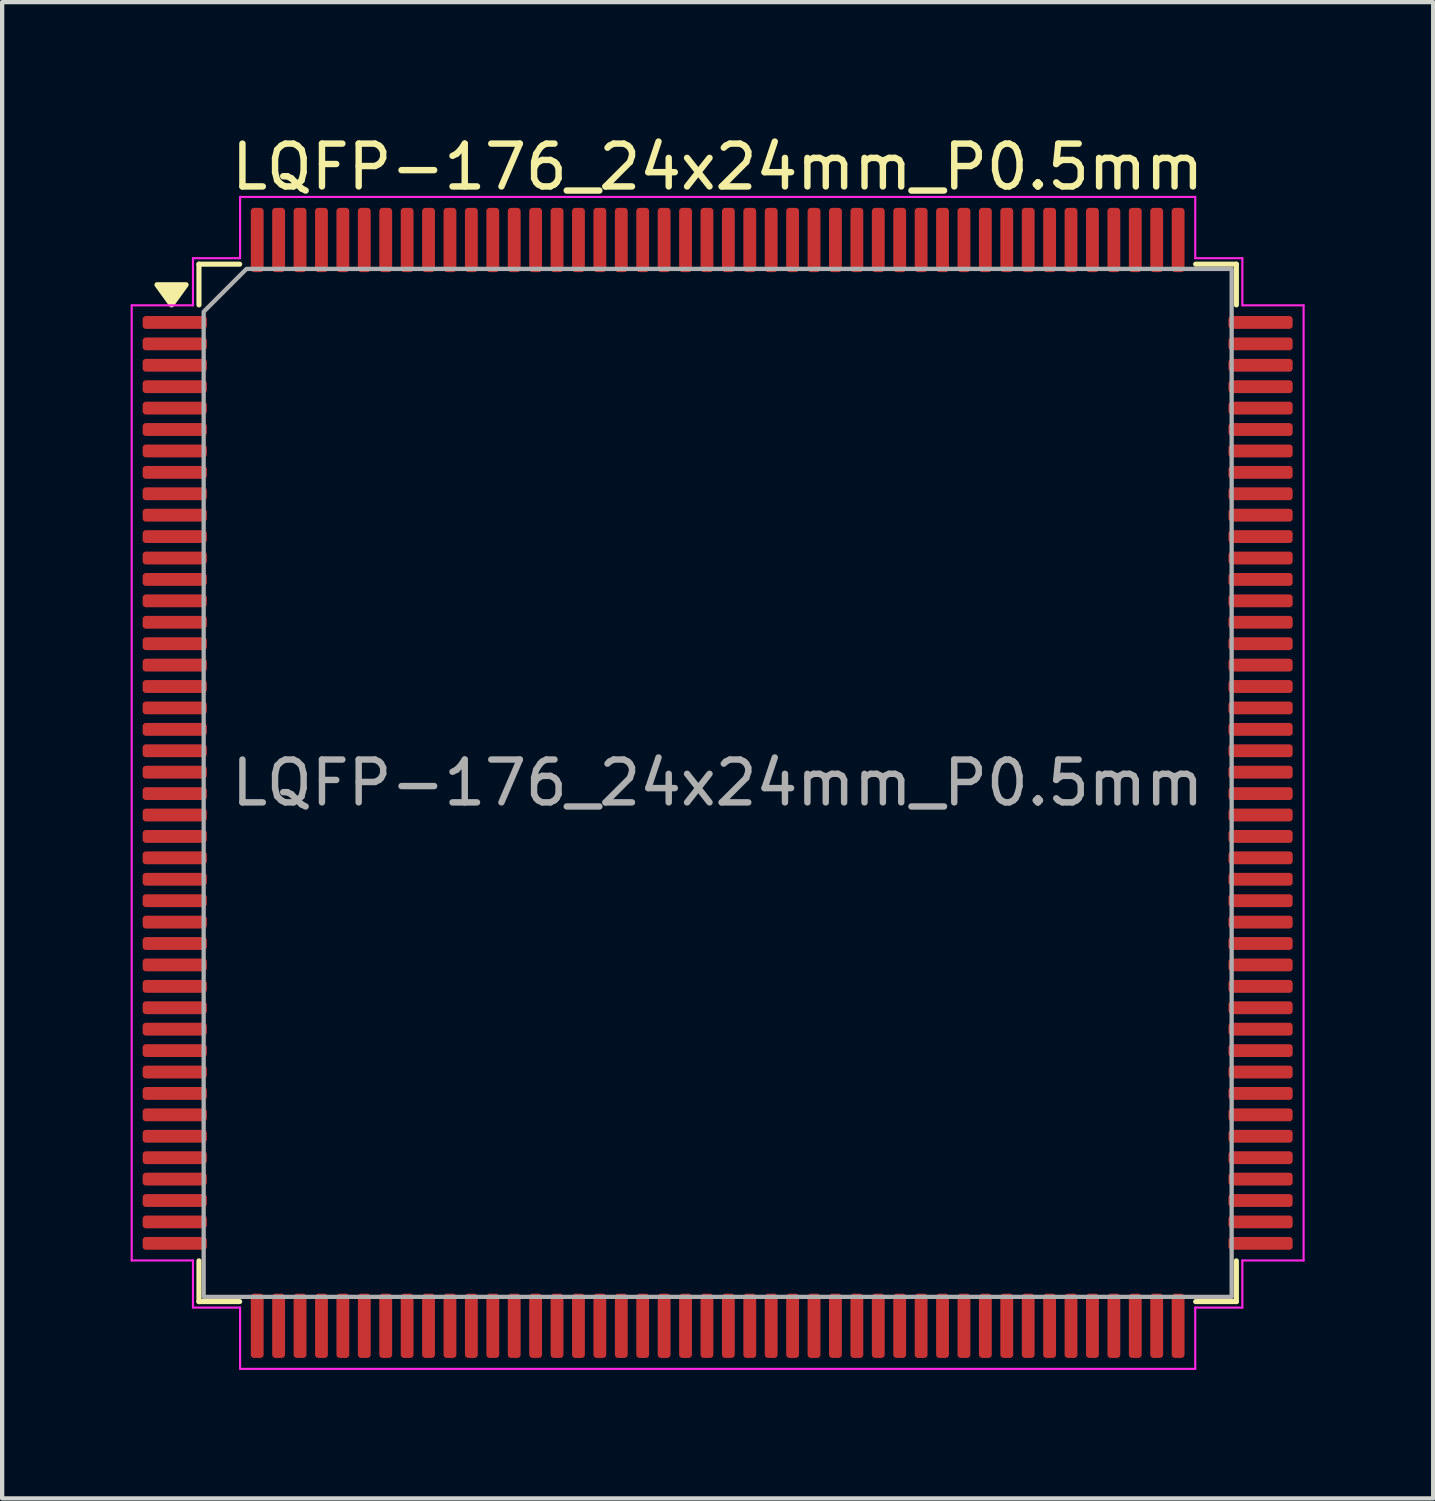
<source format=kicad_pcb>
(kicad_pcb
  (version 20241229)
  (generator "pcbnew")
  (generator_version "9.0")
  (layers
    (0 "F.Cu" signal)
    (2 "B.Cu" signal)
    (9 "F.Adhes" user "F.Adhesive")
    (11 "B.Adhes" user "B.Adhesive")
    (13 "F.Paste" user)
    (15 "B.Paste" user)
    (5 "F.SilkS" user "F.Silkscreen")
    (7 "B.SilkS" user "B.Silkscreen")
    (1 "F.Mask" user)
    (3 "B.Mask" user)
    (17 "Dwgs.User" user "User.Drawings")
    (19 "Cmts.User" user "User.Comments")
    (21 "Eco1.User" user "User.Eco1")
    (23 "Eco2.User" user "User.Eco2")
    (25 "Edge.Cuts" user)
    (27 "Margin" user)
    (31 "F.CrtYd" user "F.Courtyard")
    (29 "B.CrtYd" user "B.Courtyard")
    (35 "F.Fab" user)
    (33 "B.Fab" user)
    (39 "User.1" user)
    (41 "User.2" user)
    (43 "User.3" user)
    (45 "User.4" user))
  (footprint "LQFP-176_24x24mm_P0.5mm"
    (layer "F.Cu")
    (at 13.705 15.228)
    (property "Reference" "LQFP-176_24x24mm_P0.5mm" (at 0 -14.38 0) (layer "F.SilkS") (effects (font (size 1 1) (thickness 0.15))))
    (attr smd)
    (fp_line (start -12.11 -12.11) (end -11.16 -12.11) (stroke (width 0.12) (type solid)) (layer "F.SilkS"))
    (fp_line (start -12.11 -11.16) (end -12.11 -12.11) (stroke (width 0.12) (type solid)) (layer "F.SilkS"))
    (fp_line (start -12.11 12.11) (end -12.11 11.16) (stroke (width 0.12) (type solid)) (layer "F.SilkS"))
    (fp_line (start -11.16 12.11) (end -12.11 12.11) (stroke (width 0.12) (type solid)) (layer "F.SilkS"))
    (fp_line (start 11.16 -12.11) (end 12.11 -12.11) (stroke (width 0.12) (type solid)) (layer "F.SilkS"))
    (fp_line (start 12.11 -12.11) (end 12.11 -11.16) (stroke (width 0.12) (type solid)) (layer "F.SilkS"))
    (fp_line (start 12.11 11.16) (end 12.11 12.11) (stroke (width 0.12) (type solid)) (layer "F.SilkS"))
    (fp_line (start 12.11 12.11) (end 11.16 12.11) (stroke (width 0.12) (type solid)) (layer "F.SilkS"))
    (fp_poly (pts (xy -12.75 -11.16) (xy -13.09 -11.63) (xy -12.41 -11.63)) (stroke (width 0.12) (type solid)) (fill yes) (layer "F.SilkS"))
    (fp_line (start -13.68 -11.15) (end -12.25 -11.15) (stroke (width 0.05) (type solid)) (layer "F.CrtYd"))
    (fp_line (start -13.68 11.15) (end -13.68 -11.15) (stroke (width 0.05) (type solid)) (layer "F.CrtYd"))
    (fp_line (start -12.25 -12.25) (end -11.15 -12.25) (stroke (width 0.05) (type solid)) (layer "F.CrtYd"))
    (fp_line (start -12.25 -11.15) (end -12.25 -12.25) (stroke (width 0.05) (type solid)) (layer "F.CrtYd"))
    (fp_line (start -12.25 11.15) (end -13.68 11.15) (stroke (width 0.05) (type solid)) (layer "F.CrtYd"))
    (fp_line (start -12.25 12.25) (end -12.25 11.15) (stroke (width 0.05) (type solid)) (layer "F.CrtYd"))
    (fp_line (start -11.15 -13.68) (end 11.15 -13.68) (stroke (width 0.05) (type solid)) (layer "F.CrtYd"))
    (fp_line (start -11.15 -12.25) (end -11.15 -13.68) (stroke (width 0.05) (type solid)) (layer "F.CrtYd"))
    (fp_line (start -11.15 12.25) (end -12.25 12.25) (stroke (width 0.05) (type solid)) (layer "F.CrtYd"))
    (fp_line (start -11.15 13.68) (end -11.15 12.25) (stroke (width 0.05) (type solid)) (layer "F.CrtYd"))
    (fp_line (start 11.15 -13.68) (end 11.15 -12.25) (stroke (width 0.05) (type solid)) (layer "F.CrtYd"))
    (fp_line (start 11.15 -12.25) (end 12.25 -12.25) (stroke (width 0.05) (type solid)) (layer "F.CrtYd"))
    (fp_line (start 11.15 12.25) (end 11.15 13.68) (stroke (width 0.05) (type solid)) (layer "F.CrtYd"))
    (fp_line (start 11.15 13.68) (end -11.15 13.68) (stroke (width 0.05) (type solid)) (layer "F.CrtYd"))
    (fp_line (start 12.25 -12.25) (end 12.25 -11.15) (stroke (width 0.05) (type solid)) (layer "F.CrtYd"))
    (fp_line (start 12.25 -11.15) (end 13.68 -11.15) (stroke (width 0.05) (type solid)) (layer "F.CrtYd"))
    (fp_line (start 12.25 11.15) (end 12.25 12.25) (stroke (width 0.05) (type solid)) (layer "F.CrtYd"))
    (fp_line (start 12.25 12.25) (end 11.15 12.25) (stroke (width 0.05) (type solid)) (layer "F.CrtYd"))
    (fp_line (start 13.68 -11.15) (end 13.68 11.15) (stroke (width 0.05) (type solid)) (layer "F.CrtYd"))
    (fp_line (start 13.68 11.15) (end 12.25 11.15) (stroke (width 0.05) (type solid)) (layer "F.CrtYd"))
    (fp_poly (pts (xy -12 -11) (xy -12 12) (xy 12 12) (xy 12 -12) (xy -11 -12)) (stroke (width 0.1) (type solid)) (fill no) (layer "F.Fab"))
    (fp_text user "${REFERENCE}" (at 0 0 0) (layer "F.Fab") (effects (font (size 1 1) (thickness 0.15))))
    (pad "1" smd roundrect (at -12.675 -10.75) (size 1.5 0.3) (layers "F.Cu" "F.Mask" "F.Paste") (roundrect_rratio 0.25))
    (pad "2" smd roundrect (at -12.675 -10.25) (size 1.5 0.3) (layers "F.Cu" "F.Mask" "F.Paste") (roundrect_rratio 0.25))
    (pad "3" smd roundrect (at -12.675 -9.75) (size 1.5 0.3) (layers "F.Cu" "F.Mask" "F.Paste") (roundrect_rratio 0.25))
    (pad "4" smd roundrect (at -12.675 -9.25) (size 1.5 0.3) (layers "F.Cu" "F.Mask" "F.Paste") (roundrect_rratio 0.25))
    (pad "5" smd roundrect (at -12.675 -8.75) (size 1.5 0.3) (layers "F.Cu" "F.Mask" "F.Paste") (roundrect_rratio 0.25))
    (pad "6" smd roundrect (at -12.675 -8.25) (size 1.5 0.3) (layers "F.Cu" "F.Mask" "F.Paste") (roundrect_rratio 0.25))
    (pad "7" smd roundrect (at -12.675 -7.75) (size 1.5 0.3) (layers "F.Cu" "F.Mask" "F.Paste") (roundrect_rratio 0.25))
    (pad "8" smd roundrect (at -12.675 -7.25) (size 1.5 0.3) (layers "F.Cu" "F.Mask" "F.Paste") (roundrect_rratio 0.25))
    (pad "9" smd roundrect (at -12.675 -6.75) (size 1.5 0.3) (layers "F.Cu" "F.Mask" "F.Paste") (roundrect_rratio 0.25))
    (pad "10" smd roundrect (at -12.675 -6.25) (size 1.5 0.3) (layers "F.Cu" "F.Mask" "F.Paste") (roundrect_rratio 0.25))
    (pad "11" smd roundrect (at -12.675 -5.75) (size 1.5 0.3) (layers "F.Cu" "F.Mask" "F.Paste") (roundrect_rratio 0.25))
    (pad "12" smd roundrect (at -12.675 -5.25) (size 1.5 0.3) (layers "F.Cu" "F.Mask" "F.Paste") (roundrect_rratio 0.25))
    (pad "13" smd roundrect (at -12.675 -4.75) (size 1.5 0.3) (layers "F.Cu" "F.Mask" "F.Paste") (roundrect_rratio 0.25))
    (pad "14" smd roundrect (at -12.675 -4.25) (size 1.5 0.3) (layers "F.Cu" "F.Mask" "F.Paste") (roundrect_rratio 0.25))
    (pad "15" smd roundrect (at -12.675 -3.75) (size 1.5 0.3) (layers "F.Cu" "F.Mask" "F.Paste") (roundrect_rratio 0.25))
    (pad "16" smd roundrect (at -12.675 -3.25) (size 1.5 0.3) (layers "F.Cu" "F.Mask" "F.Paste") (roundrect_rratio 0.25))
    (pad "17" smd roundrect (at -12.675 -2.75) (size 1.5 0.3) (layers "F.Cu" "F.Mask" "F.Paste") (roundrect_rratio 0.25))
    (pad "18" smd roundrect (at -12.675 -2.25) (size 1.5 0.3) (layers "F.Cu" "F.Mask" "F.Paste") (roundrect_rratio 0.25))
    (pad "19" smd roundrect (at -12.675 -1.75) (size 1.5 0.3) (layers "F.Cu" "F.Mask" "F.Paste") (roundrect_rratio 0.25))
    (pad "20" smd roundrect (at -12.675 -1.25) (size 1.5 0.3) (layers "F.Cu" "F.Mask" "F.Paste") (roundrect_rratio 0.25))
    (pad "21" smd roundrect (at -12.675 -0.75) (size 1.5 0.3) (layers "F.Cu" "F.Mask" "F.Paste") (roundrect_rratio 0.25))
    (pad "22" smd roundrect (at -12.675 -0.25) (size 1.5 0.3) (layers "F.Cu" "F.Mask" "F.Paste") (roundrect_rratio 0.25))
    (pad "23" smd roundrect (at -12.675 0.25) (size 1.5 0.3) (layers "F.Cu" "F.Mask" "F.Paste") (roundrect_rratio 0.25))
    (pad "24" smd roundrect (at -12.675 0.75) (size 1.5 0.3) (layers "F.Cu" "F.Mask" "F.Paste") (roundrect_rratio 0.25))
    (pad "25" smd roundrect (at -12.675 1.25) (size 1.5 0.3) (layers "F.Cu" "F.Mask" "F.Paste") (roundrect_rratio 0.25))
    (pad "26" smd roundrect (at -12.675 1.75) (size 1.5 0.3) (layers "F.Cu" "F.Mask" "F.Paste") (roundrect_rratio 0.25))
    (pad "27" smd roundrect (at -12.675 2.25) (size 1.5 0.3) (layers "F.Cu" "F.Mask" "F.Paste") (roundrect_rratio 0.25))
    (pad "28" smd roundrect (at -12.675 2.75) (size 1.5 0.3) (layers "F.Cu" "F.Mask" "F.Paste") (roundrect_rratio 0.25))
    (pad "29" smd roundrect (at -12.675 3.25) (size 1.5 0.3) (layers "F.Cu" "F.Mask" "F.Paste") (roundrect_rratio 0.25))
    (pad "30" smd roundrect (at -12.675 3.75) (size 1.5 0.3) (layers "F.Cu" "F.Mask" "F.Paste") (roundrect_rratio 0.25))
    (pad "31" smd roundrect (at -12.675 4.25) (size 1.5 0.3) (layers "F.Cu" "F.Mask" "F.Paste") (roundrect_rratio 0.25))
    (pad "32" smd roundrect (at -12.675 4.75) (size 1.5 0.3) (layers "F.Cu" "F.Mask" "F.Paste") (roundrect_rratio 0.25))
    (pad "33" smd roundrect (at -12.675 5.25) (size 1.5 0.3) (layers "F.Cu" "F.Mask" "F.Paste") (roundrect_rratio 0.25))
    (pad "34" smd roundrect (at -12.675 5.75) (size 1.5 0.3) (layers "F.Cu" "F.Mask" "F.Paste") (roundrect_rratio 0.25))
    (pad "35" smd roundrect (at -12.675 6.25) (size 1.5 0.3) (layers "F.Cu" "F.Mask" "F.Paste") (roundrect_rratio 0.25))
    (pad "36" smd roundrect (at -12.675 6.75) (size 1.5 0.3) (layers "F.Cu" "F.Mask" "F.Paste") (roundrect_rratio 0.25))
    (pad "37" smd roundrect (at -12.675 7.25) (size 1.5 0.3) (layers "F.Cu" "F.Mask" "F.Paste") (roundrect_rratio 0.25))
    (pad "38" smd roundrect (at -12.675 7.75) (size 1.5 0.3) (layers "F.Cu" "F.Mask" "F.Paste") (roundrect_rratio 0.25))
    (pad "39" smd roundrect (at -12.675 8.25) (size 1.5 0.3) (layers "F.Cu" "F.Mask" "F.Paste") (roundrect_rratio 0.25))
    (pad "40" smd roundrect (at -12.675 8.75) (size 1.5 0.3) (layers "F.Cu" "F.Mask" "F.Paste") (roundrect_rratio 0.25))
    (pad "41" smd roundrect (at -12.675 9.25) (size 1.5 0.3) (layers "F.Cu" "F.Mask" "F.Paste") (roundrect_rratio 0.25))
    (pad "42" smd roundrect (at -12.675 9.75) (size 1.5 0.3) (layers "F.Cu" "F.Mask" "F.Paste") (roundrect_rratio 0.25))
    (pad "43" smd roundrect (at -12.675 10.25) (size 1.5 0.3) (layers "F.Cu" "F.Mask" "F.Paste") (roundrect_rratio 0.25))
    (pad "44" smd roundrect (at -12.675 10.75) (size 1.5 0.3) (layers "F.Cu" "F.Mask" "F.Paste") (roundrect_rratio 0.25))
    (pad "45" smd roundrect (at -10.75 12.675) (size 0.3 1.5) (layers "F.Cu" "F.Mask" "F.Paste") (roundrect_rratio 0.25))
    (pad "46" smd roundrect (at -10.25 12.675) (size 0.3 1.5) (layers "F.Cu" "F.Mask" "F.Paste") (roundrect_rratio 0.25))
    (pad "47" smd roundrect (at -9.75 12.675) (size 0.3 1.5) (layers "F.Cu" "F.Mask" "F.Paste") (roundrect_rratio 0.25))
    (pad "48" smd roundrect (at -9.25 12.675) (size 0.3 1.5) (layers "F.Cu" "F.Mask" "F.Paste") (roundrect_rratio 0.25))
    (pad "49" smd roundrect (at -8.75 12.675) (size 0.3 1.5) (layers "F.Cu" "F.Mask" "F.Paste") (roundrect_rratio 0.25))
    (pad "50" smd roundrect (at -8.25 12.675) (size 0.3 1.5) (layers "F.Cu" "F.Mask" "F.Paste") (roundrect_rratio 0.25))
    (pad "51" smd roundrect (at -7.75 12.675) (size 0.3 1.5) (layers "F.Cu" "F.Mask" "F.Paste") (roundrect_rratio 0.25))
    (pad "52" smd roundrect (at -7.25 12.675) (size 0.3 1.5) (layers "F.Cu" "F.Mask" "F.Paste") (roundrect_rratio 0.25))
    (pad "53" smd roundrect (at -6.75 12.675) (size 0.3 1.5) (layers "F.Cu" "F.Mask" "F.Paste") (roundrect_rratio 0.25))
    (pad "54" smd roundrect (at -6.25 12.675) (size 0.3 1.5) (layers "F.Cu" "F.Mask" "F.Paste") (roundrect_rratio 0.25))
    (pad "55" smd roundrect (at -5.75 12.675) (size 0.3 1.5) (layers "F.Cu" "F.Mask" "F.Paste") (roundrect_rratio 0.25))
    (pad "56" smd roundrect (at -5.25 12.675) (size 0.3 1.5) (layers "F.Cu" "F.Mask" "F.Paste") (roundrect_rratio 0.25))
    (pad "57" smd roundrect (at -4.75 12.675) (size 0.3 1.5) (layers "F.Cu" "F.Mask" "F.Paste") (roundrect_rratio 0.25))
    (pad "58" smd roundrect (at -4.25 12.675) (size 0.3 1.5) (layers "F.Cu" "F.Mask" "F.Paste") (roundrect_rratio 0.25))
    (pad "59" smd roundrect (at -3.75 12.675) (size 0.3 1.5) (layers "F.Cu" "F.Mask" "F.Paste") (roundrect_rratio 0.25))
    (pad "60" smd roundrect (at -3.25 12.675) (size 0.3 1.5) (layers "F.Cu" "F.Mask" "F.Paste") (roundrect_rratio 0.25))
    (pad "61" smd roundrect (at -2.75 12.675) (size 0.3 1.5) (layers "F.Cu" "F.Mask" "F.Paste") (roundrect_rratio 0.25))
    (pad "62" smd roundrect (at -2.25 12.675) (size 0.3 1.5) (layers "F.Cu" "F.Mask" "F.Paste") (roundrect_rratio 0.25))
    (pad "63" smd roundrect (at -1.75 12.675) (size 0.3 1.5) (layers "F.Cu" "F.Mask" "F.Paste") (roundrect_rratio 0.25))
    (pad "64" smd roundrect (at -1.25 12.675) (size 0.3 1.5) (layers "F.Cu" "F.Mask" "F.Paste") (roundrect_rratio 0.25))
    (pad "65" smd roundrect (at -0.75 12.675) (size 0.3 1.5) (layers "F.Cu" "F.Mask" "F.Paste") (roundrect_rratio 0.25))
    (pad "66" smd roundrect (at -0.25 12.675) (size 0.3 1.5) (layers "F.Cu" "F.Mask" "F.Paste") (roundrect_rratio 0.25))
    (pad "67" smd roundrect (at 0.25 12.675) (size 0.3 1.5) (layers "F.Cu" "F.Mask" "F.Paste") (roundrect_rratio 0.25))
    (pad "68" smd roundrect (at 0.75 12.675) (size 0.3 1.5) (layers "F.Cu" "F.Mask" "F.Paste") (roundrect_rratio 0.25))
    (pad "69" smd roundrect (at 1.25 12.675) (size 0.3 1.5) (layers "F.Cu" "F.Mask" "F.Paste") (roundrect_rratio 0.25))
    (pad "70" smd roundrect (at 1.75 12.675) (size 0.3 1.5) (layers "F.Cu" "F.Mask" "F.Paste") (roundrect_rratio 0.25))
    (pad "71" smd roundrect (at 2.25 12.675) (size 0.3 1.5) (layers "F.Cu" "F.Mask" "F.Paste") (roundrect_rratio 0.25))
    (pad "72" smd roundrect (at 2.75 12.675) (size 0.3 1.5) (layers "F.Cu" "F.Mask" "F.Paste") (roundrect_rratio 0.25))
    (pad "73" smd roundrect (at 3.25 12.675) (size 0.3 1.5) (layers "F.Cu" "F.Mask" "F.Paste") (roundrect_rratio 0.25))
    (pad "74" smd roundrect (at 3.75 12.675) (size 0.3 1.5) (layers "F.Cu" "F.Mask" "F.Paste") (roundrect_rratio 0.25))
    (pad "75" smd roundrect (at 4.25 12.675) (size 0.3 1.5) (layers "F.Cu" "F.Mask" "F.Paste") (roundrect_rratio 0.25))
    (pad "76" smd roundrect (at 4.75 12.675) (size 0.3 1.5) (layers "F.Cu" "F.Mask" "F.Paste") (roundrect_rratio 0.25))
    (pad "77" smd roundrect (at 5.25 12.675) (size 0.3 1.5) (layers "F.Cu" "F.Mask" "F.Paste") (roundrect_rratio 0.25))
    (pad "78" smd roundrect (at 5.75 12.675) (size 0.3 1.5) (layers "F.Cu" "F.Mask" "F.Paste") (roundrect_rratio 0.25))
    (pad "79" smd roundrect (at 6.25 12.675) (size 0.3 1.5) (layers "F.Cu" "F.Mask" "F.Paste") (roundrect_rratio 0.25))
    (pad "80" smd roundrect (at 6.75 12.675) (size 0.3 1.5) (layers "F.Cu" "F.Mask" "F.Paste") (roundrect_rratio 0.25))
    (pad "81" smd roundrect (at 7.25 12.675) (size 0.3 1.5) (layers "F.Cu" "F.Mask" "F.Paste") (roundrect_rratio 0.25))
    (pad "82" smd roundrect (at 7.75 12.675) (size 0.3 1.5) (layers "F.Cu" "F.Mask" "F.Paste") (roundrect_rratio 0.25))
    (pad "83" smd roundrect (at 8.25 12.675) (size 0.3 1.5) (layers "F.Cu" "F.Mask" "F.Paste") (roundrect_rratio 0.25))
    (pad "84" smd roundrect (at 8.75 12.675) (size 0.3 1.5) (layers "F.Cu" "F.Mask" "F.Paste") (roundrect_rratio 0.25))
    (pad "85" smd roundrect (at 9.25 12.675) (size 0.3 1.5) (layers "F.Cu" "F.Mask" "F.Paste") (roundrect_rratio 0.25))
    (pad "86" smd roundrect (at 9.75 12.675) (size 0.3 1.5) (layers "F.Cu" "F.Mask" "F.Paste") (roundrect_rratio 0.25))
    (pad "87" smd roundrect (at 10.25 12.675) (size 0.3 1.5) (layers "F.Cu" "F.Mask" "F.Paste") (roundrect_rratio 0.25))
    (pad "88" smd roundrect (at 10.75 12.675) (size 0.3 1.5) (layers "F.Cu" "F.Mask" "F.Paste") (roundrect_rratio 0.25))
    (pad "89" smd roundrect (at 12.675 10.75) (size 1.5 0.3) (layers "F.Cu" "F.Mask" "F.Paste") (roundrect_rratio 0.25))
    (pad "90" smd roundrect (at 12.675 10.25) (size 1.5 0.3) (layers "F.Cu" "F.Mask" "F.Paste") (roundrect_rratio 0.25))
    (pad "91" smd roundrect (at 12.675 9.75) (size 1.5 0.3) (layers "F.Cu" "F.Mask" "F.Paste") (roundrect_rratio 0.25))
    (pad "92" smd roundrect (at 12.675 9.25) (size 1.5 0.3) (layers "F.Cu" "F.Mask" "F.Paste") (roundrect_rratio 0.25))
    (pad "93" smd roundrect (at 12.675 8.75) (size 1.5 0.3) (layers "F.Cu" "F.Mask" "F.Paste") (roundrect_rratio 0.25))
    (pad "94" smd roundrect (at 12.675 8.25) (size 1.5 0.3) (layers "F.Cu" "F.Mask" "F.Paste") (roundrect_rratio 0.25))
    (pad "95" smd roundrect (at 12.675 7.75) (size 1.5 0.3) (layers "F.Cu" "F.Mask" "F.Paste") (roundrect_rratio 0.25))
    (pad "96" smd roundrect (at 12.675 7.25) (size 1.5 0.3) (layers "F.Cu" "F.Mask" "F.Paste") (roundrect_rratio 0.25))
    (pad "97" smd roundrect (at 12.675 6.75) (size 1.5 0.3) (layers "F.Cu" "F.Mask" "F.Paste") (roundrect_rratio 0.25))
    (pad "98" smd roundrect (at 12.675 6.25) (size 1.5 0.3) (layers "F.Cu" "F.Mask" "F.Paste") (roundrect_rratio 0.25))
    (pad "99" smd roundrect (at 12.675 5.75) (size 1.5 0.3) (layers "F.Cu" "F.Mask" "F.Paste") (roundrect_rratio 0.25))
    (pad "100" smd roundrect (at 12.675 5.25) (size 1.5 0.3) (layers "F.Cu" "F.Mask" "F.Paste") (roundrect_rratio 0.25))
    (pad "101" smd roundrect (at 12.675 4.75) (size 1.5 0.3) (layers "F.Cu" "F.Mask" "F.Paste") (roundrect_rratio 0.25))
    (pad "102" smd roundrect (at 12.675 4.25) (size 1.5 0.3) (layers "F.Cu" "F.Mask" "F.Paste") (roundrect_rratio 0.25))
    (pad "103" smd roundrect (at 12.675 3.75) (size 1.5 0.3) (layers "F.Cu" "F.Mask" "F.Paste") (roundrect_rratio 0.25))
    (pad "104" smd roundrect (at 12.675 3.25) (size 1.5 0.3) (layers "F.Cu" "F.Mask" "F.Paste") (roundrect_rratio 0.25))
    (pad "105" smd roundrect (at 12.675 2.75) (size 1.5 0.3) (layers "F.Cu" "F.Mask" "F.Paste") (roundrect_rratio 0.25))
    (pad "106" smd roundrect (at 12.675 2.25) (size 1.5 0.3) (layers "F.Cu" "F.Mask" "F.Paste") (roundrect_rratio 0.25))
    (pad "107" smd roundrect (at 12.675 1.75) (size 1.5 0.3) (layers "F.Cu" "F.Mask" "F.Paste") (roundrect_rratio 0.25))
    (pad "108" smd roundrect (at 12.675 1.25) (size 1.5 0.3) (layers "F.Cu" "F.Mask" "F.Paste") (roundrect_rratio 0.25))
    (pad "109" smd roundrect (at 12.675 0.75) (size 1.5 0.3) (layers "F.Cu" "F.Mask" "F.Paste") (roundrect_rratio 0.25))
    (pad "110" smd roundrect (at 12.675 0.25) (size 1.5 0.3) (layers "F.Cu" "F.Mask" "F.Paste") (roundrect_rratio 0.25))
    (pad "111" smd roundrect (at 12.675 -0.25) (size 1.5 0.3) (layers "F.Cu" "F.Mask" "F.Paste") (roundrect_rratio 0.25))
    (pad "112" smd roundrect (at 12.675 -0.75) (size 1.5 0.3) (layers "F.Cu" "F.Mask" "F.Paste") (roundrect_rratio 0.25))
    (pad "113" smd roundrect (at 12.675 -1.25) (size 1.5 0.3) (layers "F.Cu" "F.Mask" "F.Paste") (roundrect_rratio 0.25))
    (pad "114" smd roundrect (at 12.675 -1.75) (size 1.5 0.3) (layers "F.Cu" "F.Mask" "F.Paste") (roundrect_rratio 0.25))
    (pad "115" smd roundrect (at 12.675 -2.25) (size 1.5 0.3) (layers "F.Cu" "F.Mask" "F.Paste") (roundrect_rratio 0.25))
    (pad "116" smd roundrect (at 12.675 -2.75) (size 1.5 0.3) (layers "F.Cu" "F.Mask" "F.Paste") (roundrect_rratio 0.25))
    (pad "117" smd roundrect (at 12.675 -3.25) (size 1.5 0.3) (layers "F.Cu" "F.Mask" "F.Paste") (roundrect_rratio 0.25))
    (pad "118" smd roundrect (at 12.675 -3.75) (size 1.5 0.3) (layers "F.Cu" "F.Mask" "F.Paste") (roundrect_rratio 0.25))
    (pad "119" smd roundrect (at 12.675 -4.25) (size 1.5 0.3) (layers "F.Cu" "F.Mask" "F.Paste") (roundrect_rratio 0.25))
    (pad "120" smd roundrect (at 12.675 -4.75) (size 1.5 0.3) (layers "F.Cu" "F.Mask" "F.Paste") (roundrect_rratio 0.25))
    (pad "121" smd roundrect (at 12.675 -5.25) (size 1.5 0.3) (layers "F.Cu" "F.Mask" "F.Paste") (roundrect_rratio 0.25))
    (pad "122" smd roundrect (at 12.675 -5.75) (size 1.5 0.3) (layers "F.Cu" "F.Mask" "F.Paste") (roundrect_rratio 0.25))
    (pad "123" smd roundrect (at 12.675 -6.25) (size 1.5 0.3) (layers "F.Cu" "F.Mask" "F.Paste") (roundrect_rratio 0.25))
    (pad "124" smd roundrect (at 12.675 -6.75) (size 1.5 0.3) (layers "F.Cu" "F.Mask" "F.Paste") (roundrect_rratio 0.25))
    (pad "125" smd roundrect (at 12.675 -7.25) (size 1.5 0.3) (layers "F.Cu" "F.Mask" "F.Paste") (roundrect_rratio 0.25))
    (pad "126" smd roundrect (at 12.675 -7.75) (size 1.5 0.3) (layers "F.Cu" "F.Mask" "F.Paste") (roundrect_rratio 0.25))
    (pad "127" smd roundrect (at 12.675 -8.25) (size 1.5 0.3) (layers "F.Cu" "F.Mask" "F.Paste") (roundrect_rratio 0.25))
    (pad "128" smd roundrect (at 12.675 -8.75) (size 1.5 0.3) (layers "F.Cu" "F.Mask" "F.Paste") (roundrect_rratio 0.25))
    (pad "129" smd roundrect (at 12.675 -9.25) (size 1.5 0.3) (layers "F.Cu" "F.Mask" "F.Paste") (roundrect_rratio 0.25))
    (pad "130" smd roundrect (at 12.675 -9.75) (size 1.5 0.3) (layers "F.Cu" "F.Mask" "F.Paste") (roundrect_rratio 0.25))
    (pad "131" smd roundrect (at 12.675 -10.25) (size 1.5 0.3) (layers "F.Cu" "F.Mask" "F.Paste") (roundrect_rratio 0.25))
    (pad "132" smd roundrect (at 12.675 -10.75) (size 1.5 0.3) (layers "F.Cu" "F.Mask" "F.Paste") (roundrect_rratio 0.25))
    (pad "133" smd roundrect (at 10.75 -12.675) (size 0.3 1.5) (layers "F.Cu" "F.Mask" "F.Paste") (roundrect_rratio 0.25))
    (pad "134" smd roundrect (at 10.25 -12.675) (size 0.3 1.5) (layers "F.Cu" "F.Mask" "F.Paste") (roundrect_rratio 0.25))
    (pad "135" smd roundrect (at 9.75 -12.675) (size 0.3 1.5) (layers "F.Cu" "F.Mask" "F.Paste") (roundrect_rratio 0.25))
    (pad "136" smd roundrect (at 9.25 -12.675) (size 0.3 1.5) (layers "F.Cu" "F.Mask" "F.Paste") (roundrect_rratio 0.25))
    (pad "137" smd roundrect (at 8.75 -12.675) (size 0.3 1.5) (layers "F.Cu" "F.Mask" "F.Paste") (roundrect_rratio 0.25))
    (pad "138" smd roundrect (at 8.25 -12.675) (size 0.3 1.5) (layers "F.Cu" "F.Mask" "F.Paste") (roundrect_rratio 0.25))
    (pad "139" smd roundrect (at 7.75 -12.675) (size 0.3 1.5) (layers "F.Cu" "F.Mask" "F.Paste") (roundrect_rratio 0.25))
    (pad "140" smd roundrect (at 7.25 -12.675) (size 0.3 1.5) (layers "F.Cu" "F.Mask" "F.Paste") (roundrect_rratio 0.25))
    (pad "141" smd roundrect (at 6.75 -12.675) (size 0.3 1.5) (layers "F.Cu" "F.Mask" "F.Paste") (roundrect_rratio 0.25))
    (pad "142" smd roundrect (at 6.25 -12.675) (size 0.3 1.5) (layers "F.Cu" "F.Mask" "F.Paste") (roundrect_rratio 0.25))
    (pad "143" smd roundrect (at 5.75 -12.675) (size 0.3 1.5) (layers "F.Cu" "F.Mask" "F.Paste") (roundrect_rratio 0.25))
    (pad "144" smd roundrect (at 5.25 -12.675) (size 0.3 1.5) (layers "F.Cu" "F.Mask" "F.Paste") (roundrect_rratio 0.25))
    (pad "145" smd roundrect (at 4.75 -12.675) (size 0.3 1.5) (layers "F.Cu" "F.Mask" "F.Paste") (roundrect_rratio 0.25))
    (pad "146" smd roundrect (at 4.25 -12.675) (size 0.3 1.5) (layers "F.Cu" "F.Mask" "F.Paste") (roundrect_rratio 0.25))
    (pad "147" smd roundrect (at 3.75 -12.675) (size 0.3 1.5) (layers "F.Cu" "F.Mask" "F.Paste") (roundrect_rratio 0.25))
    (pad "148" smd roundrect (at 3.25 -12.675) (size 0.3 1.5) (layers "F.Cu" "F.Mask" "F.Paste") (roundrect_rratio 0.25))
    (pad "149" smd roundrect (at 2.75 -12.675) (size 0.3 1.5) (layers "F.Cu" "F.Mask" "F.Paste") (roundrect_rratio 0.25))
    (pad "150" smd roundrect (at 2.25 -12.675) (size 0.3 1.5) (layers "F.Cu" "F.Mask" "F.Paste") (roundrect_rratio 0.25))
    (pad "151" smd roundrect (at 1.75 -12.675) (size 0.3 1.5) (layers "F.Cu" "F.Mask" "F.Paste") (roundrect_rratio 0.25))
    (pad "152" smd roundrect (at 1.25 -12.675) (size 0.3 1.5) (layers "F.Cu" "F.Mask" "F.Paste") (roundrect_rratio 0.25))
    (pad "153" smd roundrect (at 0.75 -12.675) (size 0.3 1.5) (layers "F.Cu" "F.Mask" "F.Paste") (roundrect_rratio 0.25))
    (pad "154" smd roundrect (at 0.25 -12.675) (size 0.3 1.5) (layers "F.Cu" "F.Mask" "F.Paste") (roundrect_rratio 0.25))
    (pad "155" smd roundrect (at -0.25 -12.675) (size 0.3 1.5) (layers "F.Cu" "F.Mask" "F.Paste") (roundrect_rratio 0.25))
    (pad "156" smd roundrect (at -0.75 -12.675) (size 0.3 1.5) (layers "F.Cu" "F.Mask" "F.Paste") (roundrect_rratio 0.25))
    (pad "157" smd roundrect (at -1.25 -12.675) (size 0.3 1.5) (layers "F.Cu" "F.Mask" "F.Paste") (roundrect_rratio 0.25))
    (pad "158" smd roundrect (at -1.75 -12.675) (size 0.3 1.5) (layers "F.Cu" "F.Mask" "F.Paste") (roundrect_rratio 0.25))
    (pad "159" smd roundrect (at -2.25 -12.675) (size 0.3 1.5) (layers "F.Cu" "F.Mask" "F.Paste") (roundrect_rratio 0.25))
    (pad "160" smd roundrect (at -2.75 -12.675) (size 0.3 1.5) (layers "F.Cu" "F.Mask" "F.Paste") (roundrect_rratio 0.25))
    (pad "161" smd roundrect (at -3.25 -12.675) (size 0.3 1.5) (layers "F.Cu" "F.Mask" "F.Paste") (roundrect_rratio 0.25))
    (pad "162" smd roundrect (at -3.75 -12.675) (size 0.3 1.5) (layers "F.Cu" "F.Mask" "F.Paste") (roundrect_rratio 0.25))
    (pad "163" smd roundrect (at -4.25 -12.675) (size 0.3 1.5) (layers "F.Cu" "F.Mask" "F.Paste") (roundrect_rratio 0.25))
    (pad "164" smd roundrect (at -4.75 -12.675) (size 0.3 1.5) (layers "F.Cu" "F.Mask" "F.Paste") (roundrect_rratio 0.25))
    (pad "165" smd roundrect (at -5.25 -12.675) (size 0.3 1.5) (layers "F.Cu" "F.Mask" "F.Paste") (roundrect_rratio 0.25))
    (pad "166" smd roundrect (at -5.75 -12.675) (size 0.3 1.5) (layers "F.Cu" "F.Mask" "F.Paste") (roundrect_rratio 0.25))
    (pad "167" smd roundrect (at -6.25 -12.675) (size 0.3 1.5) (layers "F.Cu" "F.Mask" "F.Paste") (roundrect_rratio 0.25))
    (pad "168" smd roundrect (at -6.75 -12.675) (size 0.3 1.5) (layers "F.Cu" "F.Mask" "F.Paste") (roundrect_rratio 0.25))
    (pad "169" smd roundrect (at -7.25 -12.675) (size 0.3 1.5) (layers "F.Cu" "F.Mask" "F.Paste") (roundrect_rratio 0.25))
    (pad "170" smd roundrect (at -7.75 -12.675) (size 0.3 1.5) (layers "F.Cu" "F.Mask" "F.Paste") (roundrect_rratio 0.25))
    (pad "171" smd roundrect (at -8.25 -12.675) (size 0.3 1.5) (layers "F.Cu" "F.Mask" "F.Paste") (roundrect_rratio 0.25))
    (pad "172" smd roundrect (at -8.75 -12.675) (size 0.3 1.5) (layers "F.Cu" "F.Mask" "F.Paste") (roundrect_rratio 0.25))
    (pad "173" smd roundrect (at -9.25 -12.675) (size 0.3 1.5) (layers "F.Cu" "F.Mask" "F.Paste") (roundrect_rratio 0.25))
    (pad "174" smd roundrect (at -9.75 -12.675) (size 0.3 1.5) (layers "F.Cu" "F.Mask" "F.Paste") (roundrect_rratio 0.25))
    (pad "175" smd roundrect (at -10.25 -12.675) (size 0.3 1.5) (layers "F.Cu" "F.Mask" "F.Paste") (roundrect_rratio 0.25))
    (pad "176" smd roundrect (at -10.75 -12.675) (size 0.3 1.5) (layers "F.Cu" "F.Mask" "F.Paste") (roundrect_rratio 0.25)))
  (gr_rect
    (start -3 -3)
    (end 30.41 31.933)
    (stroke (width 0.1) (type default))
    (fill no)
    (layer "Edge.Cuts")))
</source>
